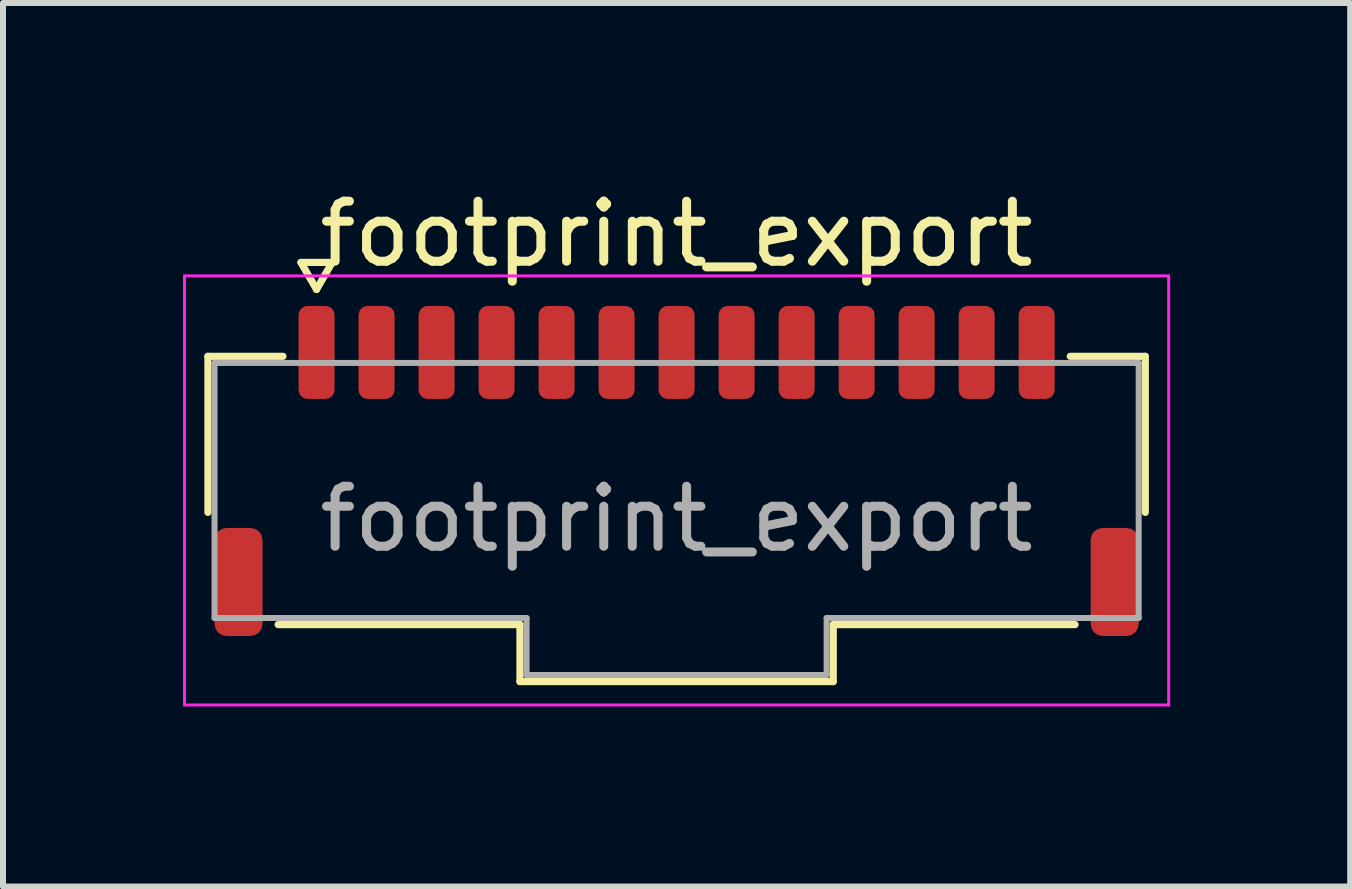
<source format=kicad_pcb>
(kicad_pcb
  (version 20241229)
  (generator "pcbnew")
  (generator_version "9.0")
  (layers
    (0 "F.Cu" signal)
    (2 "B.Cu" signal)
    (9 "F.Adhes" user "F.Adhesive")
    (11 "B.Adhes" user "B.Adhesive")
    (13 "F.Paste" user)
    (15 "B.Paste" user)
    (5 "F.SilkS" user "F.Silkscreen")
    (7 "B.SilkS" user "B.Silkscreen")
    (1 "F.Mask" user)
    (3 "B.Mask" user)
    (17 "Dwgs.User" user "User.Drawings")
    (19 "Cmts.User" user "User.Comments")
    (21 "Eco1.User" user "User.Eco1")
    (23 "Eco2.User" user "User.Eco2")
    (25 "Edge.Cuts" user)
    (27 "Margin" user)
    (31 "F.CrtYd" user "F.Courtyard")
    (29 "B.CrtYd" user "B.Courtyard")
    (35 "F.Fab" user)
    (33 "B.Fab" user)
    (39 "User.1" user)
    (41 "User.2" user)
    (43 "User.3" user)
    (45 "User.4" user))
  (footprint "footprint_export"
    (layer "F.Cu")
    (at 8.225 5.598)
    (property "Reference" "footprint_export" (at 0 -4.75 0) (layer "F.SilkS") (effects (font (size 1 1) (thickness 0.15))))
    (attr smd)
    (fp_line (start -7.81 -2.71) (end -6.56 -2.71) (stroke (width 0.12) (type solid)) (layer "F.SilkS"))
    (fp_line (start -7.81 -0.11) (end -7.81 -2.71) (stroke (width 0.12) (type solid)) (layer "F.SilkS"))
    (fp_line (start -6.26 -4.275) (end -6 -3.825) (stroke (width 0.12) (type solid)) (layer "F.SilkS"))
    (fp_line (start -6 -3.825) (end -5.74 -4.275) (stroke (width 0.12) (type solid)) (layer "F.SilkS"))
    (fp_line (start -5.74 -4.275) (end -6.26 -4.275) (stroke (width 0.12) (type solid)) (layer "F.SilkS"))
    (fp_line (start -2.61 1.76) (end -6.64 1.76) (stroke (width 0.12) (type solid)) (layer "F.SilkS"))
    (fp_line (start -2.61 2.71) (end -2.61 1.76) (stroke (width 0.12) (type solid)) (layer "F.SilkS"))
    (fp_line (start 2.61 1.76) (end 2.61 2.71) (stroke (width 0.12) (type solid)) (layer "F.SilkS"))
    (fp_line (start 2.61 2.71) (end -2.61 2.71) (stroke (width 0.12) (type solid)) (layer "F.SilkS"))
    (fp_line (start 6.56 -2.71) (end 7.81 -2.71) (stroke (width 0.12) (type solid)) (layer "F.SilkS"))
    (fp_line (start 6.64 1.76) (end 2.61 1.76) (stroke (width 0.12) (type solid)) (layer "F.SilkS"))
    (fp_line (start 7.81 -2.71) (end 7.81 -0.11) (stroke (width 0.12) (type solid)) (layer "F.SilkS"))
    (fp_line (start -8.2 -4.05) (end -8.2 3.1) (stroke (width 0.05) (type solid)) (layer "F.CrtYd"))
    (fp_line (start -8.2 3.1) (end 8.2 3.1) (stroke (width 0.05) (type solid)) (layer "F.CrtYd"))
    (fp_line (start 8.2 -4.05) (end -8.2 -4.05) (stroke (width 0.05) (type solid)) (layer "F.CrtYd"))
    (fp_line (start 8.2 3.1) (end 8.2 -4.05) (stroke (width 0.05) (type solid)) (layer "F.CrtYd"))
    (fp_line (start -7.7 -2.6) (end 7.7 -2.6) (stroke (width 0.1) (type solid)) (layer "F.Fab"))
    (fp_line (start -7.7 1.65) (end -7.7 -2.6) (stroke (width 0.1) (type solid)) (layer "F.Fab"))
    (fp_line (start -2.5 1.65) (end -7.7 1.65) (stroke (width 0.1) (type solid)) (layer "F.Fab"))
    (fp_line (start -2.5 2.6) (end -2.5 1.65) (stroke (width 0.1) (type solid)) (layer "F.Fab"))
    (fp_line (start 2.5 1.65) (end 2.5 2.6) (stroke (width 0.1) (type solid)) (layer "F.Fab"))
    (fp_line (start 2.5 2.6) (end -2.5 2.6) (stroke (width 0.1) (type solid)) (layer "F.Fab"))
    (fp_line (start 7.7 -2.6) (end 7.7 1.65) (stroke (width 0.1) (type solid)) (layer "F.Fab"))
    (fp_line (start 7.7 1.65) (end 2.5 1.65) (stroke (width 0.1) (type solid)) (layer "F.Fab"))
    (fp_text user "${REFERENCE}" (at 0 0 0) (layer "F.Fab") (effects (font (size 1 1) (thickness 0.15))))
    (pad "1" smd roundrect (at -6 -2.775) (size 0.6 1.55) (layers "F.Cu" "F.Mask" "F.Paste") (roundrect_rratio 0.25))
    (pad "2" smd roundrect (at -5 -2.775) (size 0.6 1.55) (layers "F.Cu" "F.Mask" "F.Paste") (roundrect_rratio 0.25))
    (pad "3" smd roundrect (at -4 -2.775) (size 0.6 1.55) (layers "F.Cu" "F.Mask" "F.Paste") (roundrect_rratio 0.25))
    (pad "4" smd roundrect (at -3 -2.775) (size 0.6 1.55) (layers "F.Cu" "F.Mask" "F.Paste") (roundrect_rratio 0.25))
    (pad "5" smd roundrect (at -2 -2.775) (size 0.6 1.55) (layers "F.Cu" "F.Mask" "F.Paste") (roundrect_rratio 0.25))
    (pad "6" smd roundrect (at -1 -2.775) (size 0.6 1.55) (layers "F.Cu" "F.Mask" "F.Paste") (roundrect_rratio 0.25))
    (pad "7" smd roundrect (at 0 -2.775) (size 0.6 1.55) (layers "F.Cu" "F.Mask" "F.Paste") (roundrect_rratio 0.25))
    (pad "8" smd roundrect (at 1 -2.775) (size 0.6 1.55) (layers "F.Cu" "F.Mask" "F.Paste") (roundrect_rratio 0.25))
    (pad "9" smd roundrect (at 2 -2.775) (size 0.6 1.55) (layers "F.Cu" "F.Mask" "F.Paste") (roundrect_rratio 0.25))
    (pad "10" smd roundrect (at 3 -2.775) (size 0.6 1.55) (layers "F.Cu" "F.Mask" "F.Paste") (roundrect_rratio 0.25))
    (pad "11" smd roundrect (at 4 -2.775) (size 0.6 1.55) (layers "F.Cu" "F.Mask" "F.Paste") (roundrect_rratio 0.25))
    (pad "12" smd roundrect (at 5 -2.775) (size 0.6 1.55) (layers "F.Cu" "F.Mask" "F.Paste") (roundrect_rratio 0.25))
    (pad "13" smd roundrect (at 6 -2.775) (size 0.6 1.55) (layers "F.Cu" "F.Mask" "F.Paste") (roundrect_rratio 0.25))
    (pad "MP" smd roundrect (at -7.3 1.05) (size 0.8 1.8) (layers "F.Cu" "F.Mask" "F.Paste") (roundrect_rratio 0.25))
    (pad "MP" smd roundrect (at 7.3 1.05) (size 0.8 1.8) (layers "F.Cu" "F.Mask" "F.Paste") (roundrect_rratio 0.25)))
  (gr_rect
    (start -3 -3)
    (end 19.45 11.723)
    (stroke (width 0.1) (type default))
    (fill no)
    (layer "Edge.Cuts")))
</source>
